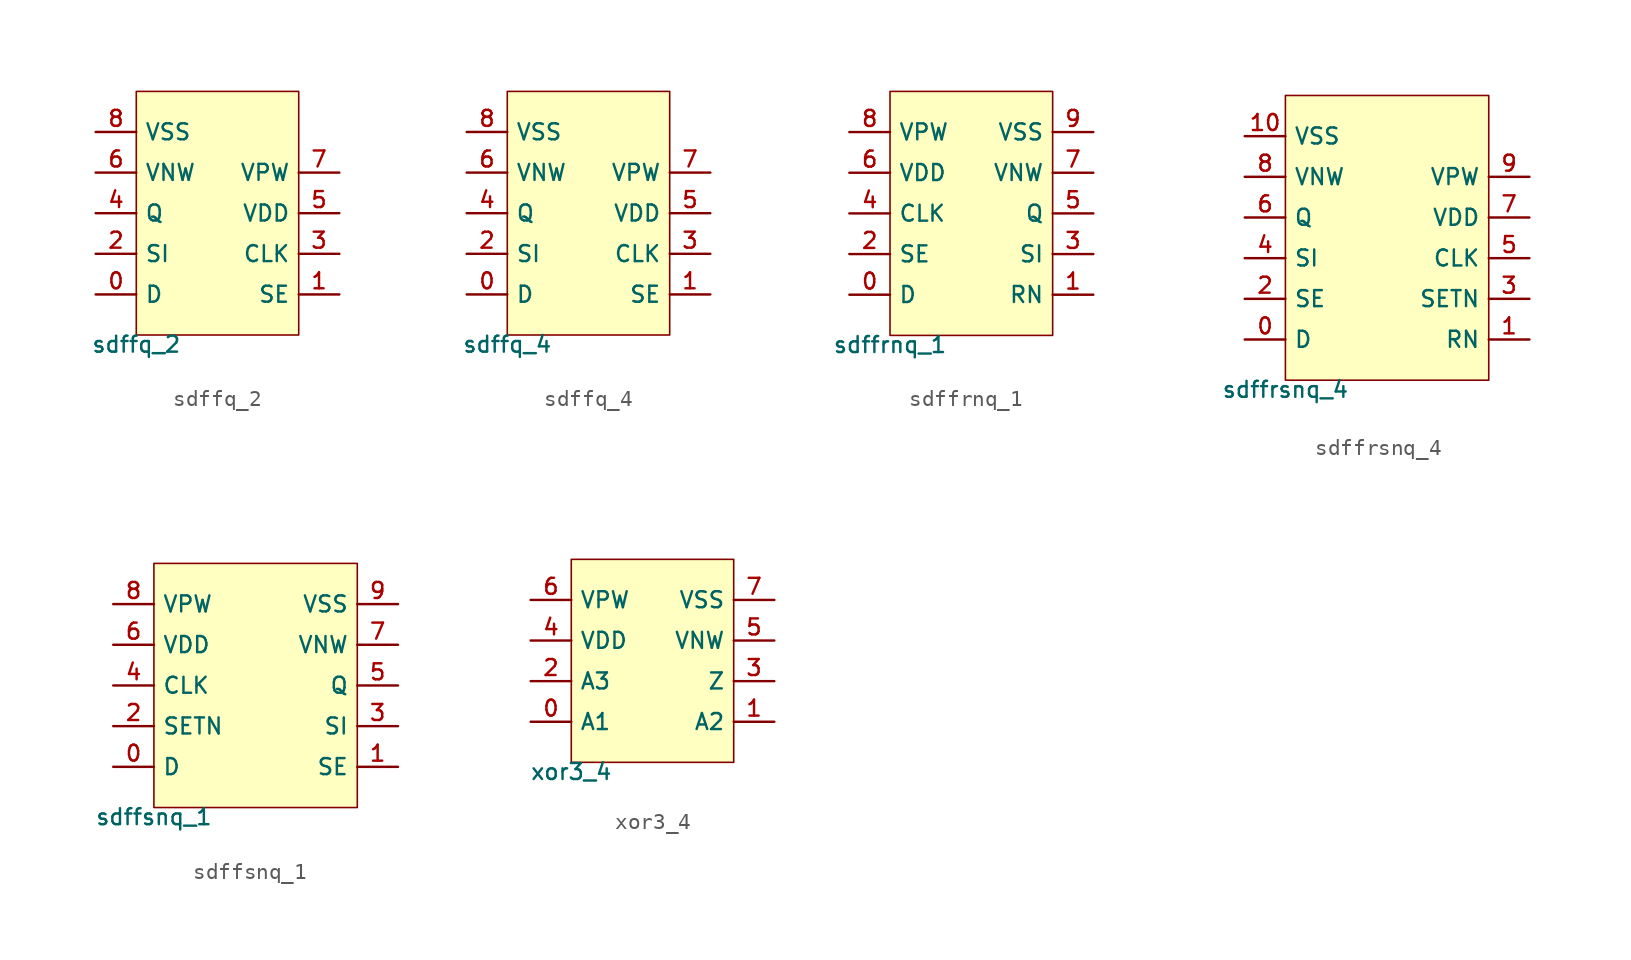
<source format=kicad_sym>
(kicad_symbol_lib
  (version 20211014)
  (generator pdk2kicad)
  (symbol "sdffq_2"
    (property "Reference" "X"
      (at 0 0 0)
      (effects (font (size 1 1)) hide))
    (property "Value" "sdffq_2"
      (at -5.08 -7.62 0)
      (effects (font (size 1 1)) (justify top)))
    (rectangle
      (start -5.08 -7.62)
      (end 5.08 7.62)
      (stroke (width 0.1) (type solid) (color 0 0 0 0))
      (fill (type background)))
    (pin bidirectional line
      (at -7.62 -5.08 0)
      (length 2.54)
      (name "D" (effects (font (size 1 1)) hide))
      (number "0" (effects (font (size 1 1)) hide)))
    (pin bidirectional line
      (at 7.62 -5.08 180)
      (length 2.54)
      (name "SE" (effects (font (size 1 1)) hide))
      (number "1" (effects (font (size 1 1)) hide)))
    (pin bidirectional line
      (at -7.62 -2.54 0)
      (length 2.54)
      (name "SI" (effects (font (size 1 1)) hide))
      (number "2" (effects (font (size 1 1)) hide)))
    (pin bidirectional line
      (at 7.62 -2.54 180)
      (length 2.54)
      (name "CLK" (effects (font (size 1 1)) hide))
      (number "3" (effects (font (size 1 1)) hide)))
    (pin bidirectional line
      (at -7.62 8.881784197001252e-16 0)
      (length 2.54)
      (name "Q" (effects (font (size 1 1)) hide))
      (number "4" (effects (font (size 1 1)) hide)))
    (pin bidirectional line
      (at 7.62 8.881784197001252e-16 180)
      (length 2.54)
      (name "VDD" (effects (font (size 1 1)) hide))
      (number "5" (effects (font (size 1 1)) hide)))
    (pin bidirectional line
      (at -7.62 2.54 0)
      (length 2.54)
      (name "VNW" (effects (font (size 1 1)) hide))
      (number "6" (effects (font (size 1 1)) hide)))
    (pin bidirectional line
      (at 7.62 2.54 180)
      (length 2.54)
      (name "VPW" (effects (font (size 1 1)) hide))
      (number "7" (effects (font (size 1 1)) hide)))
    (pin bidirectional line
      (at -7.62 5.08 0)
      (length 2.54)
      (name "VSS" (effects (font (size 1 1)) hide))
      (number "8" (effects (font (size 1 1)) hide))))
  (symbol "sdffq_4"
    (property "Reference" "X"
      (at 0 0 0)
      (effects (font (size 1 1)) hide))
    (property "Value" "sdffq_4"
      (at -5.08 -7.62 0)
      (effects (font (size 1 1)) (justify top)))
    (rectangle
      (start -5.08 -7.62)
      (end 5.08 7.62)
      (stroke (width 0.1) (type solid) (color 0 0 0 0))
      (fill (type background)))
    (pin bidirectional line
      (at -7.62 -5.08 0)
      (length 2.54)
      (name "D" (effects (font (size 1 1)) hide))
      (number "0" (effects (font (size 1 1)) hide)))
    (pin bidirectional line
      (at 7.62 -5.08 180)
      (length 2.54)
      (name "SE" (effects (font (size 1 1)) hide))
      (number "1" (effects (font (size 1 1)) hide)))
    (pin bidirectional line
      (at -7.62 -2.54 0)
      (length 2.54)
      (name "SI" (effects (font (size 1 1)) hide))
      (number "2" (effects (font (size 1 1)) hide)))
    (pin bidirectional line
      (at 7.62 -2.54 180)
      (length 2.54)
      (name "CLK" (effects (font (size 1 1)) hide))
      (number "3" (effects (font (size 1 1)) hide)))
    (pin bidirectional line
      (at -7.62 8.881784197001252e-16 0)
      (length 2.54)
      (name "Q" (effects (font (size 1 1)) hide))
      (number "4" (effects (font (size 1 1)) hide)))
    (pin bidirectional line
      (at 7.62 8.881784197001252e-16 180)
      (length 2.54)
      (name "VDD" (effects (font (size 1 1)) hide))
      (number "5" (effects (font (size 1 1)) hide)))
    (pin bidirectional line
      (at -7.62 2.54 0)
      (length 2.54)
      (name "VNW" (effects (font (size 1 1)) hide))
      (number "6" (effects (font (size 1 1)) hide)))
    (pin bidirectional line
      (at 7.62 2.54 180)
      (length 2.54)
      (name "VPW" (effects (font (size 1 1)) hide))
      (number "7" (effects (font (size 1 1)) hide)))
    (pin bidirectional line
      (at -7.62 5.08 0)
      (length 2.54)
      (name "VSS" (effects (font (size 1 1)) hide))
      (number "8" (effects (font (size 1 1)) hide))))
  (symbol "sdffrnq_1"
    (property "Reference" "X"
      (at 0 0 0)
      (effects (font (size 1 1)) hide))
    (property "Value" "sdffrnq_1"
      (at -5.08 -7.62 0)
      (effects (font (size 1 1)) (justify top)))
    (rectangle
      (start -5.08 -7.62)
      (end 5.08 7.62)
      (stroke (width 0.1) (type solid) (color 0 0 0 0))
      (fill (type background)))
    (pin bidirectional line
      (at -7.62 -5.08 0)
      (length 2.54)
      (name "D" (effects (font (size 1 1)) hide))
      (number "0" (effects (font (size 1 1)) hide)))
    (pin bidirectional line
      (at 7.62 -5.08 180)
      (length 2.54)
      (name "RN" (effects (font (size 1 1)) hide))
      (number "1" (effects (font (size 1 1)) hide)))
    (pin bidirectional line
      (at -7.62 -2.54 0)
      (length 2.54)
      (name "SE" (effects (font (size 1 1)) hide))
      (number "2" (effects (font (size 1 1)) hide)))
    (pin bidirectional line
      (at 7.62 -2.54 180)
      (length 2.54)
      (name "SI" (effects (font (size 1 1)) hide))
      (number "3" (effects (font (size 1 1)) hide)))
    (pin bidirectional line
      (at -7.62 8.881784197001252e-16 0)
      (length 2.54)
      (name "CLK" (effects (font (size 1 1)) hide))
      (number "4" (effects (font (size 1 1)) hide)))
    (pin bidirectional line
      (at 7.62 8.881784197001252e-16 180)
      (length 2.54)
      (name "Q" (effects (font (size 1 1)) hide))
      (number "5" (effects (font (size 1 1)) hide)))
    (pin bidirectional line
      (at -7.62 2.54 0)
      (length 2.54)
      (name "VDD" (effects (font (size 1 1)) hide))
      (number "6" (effects (font (size 1 1)) hide)))
    (pin bidirectional line
      (at 7.62 2.54 180)
      (length 2.54)
      (name "VNW" (effects (font (size 1 1)) hide))
      (number "7" (effects (font (size 1 1)) hide)))
    (pin bidirectional line
      (at -7.62 5.08 0)
      (length 2.54)
      (name "VPW" (effects (font (size 1 1)) hide))
      (number "8" (effects (font (size 1 1)) hide)))
    (pin bidirectional line
      (at 7.62 5.08 180)
      (length 2.54)
      (name "VSS" (effects (font (size 1 1)) hide))
      (number "9" (effects (font (size 1 1)) hide))))
  (symbol "sdffrsnq_4"
    (property "Reference" "X"
      (at 0 0 0)
      (effects (font (size 1 1)) hide))
    (property "Value" "sdffrsnq_4"
      (at -6.35 -8.89 0)
      (effects (font (size 1 1)) (justify top)))
    (rectangle
      (start -6.35 -8.89)
      (end 6.35 8.89)
      (stroke (width 0.1) (type solid) (color 0 0 0 0))
      (fill (type background)))
    (pin bidirectional line
      (at -8.89 -6.35 0)
      (length 2.54)
      (name "D" (effects (font (size 1 1)) hide))
      (number "0" (effects (font (size 1 1)) hide)))
    (pin bidirectional line
      (at 8.89 -6.35 180)
      (length 2.54)
      (name "RN" (effects (font (size 1 1)) hide))
      (number "1" (effects (font (size 1 1)) hide)))
    (pin bidirectional line
      (at -8.89 -3.81 0)
      (length 2.54)
      (name "SE" (effects (font (size 1 1)) hide))
      (number "2" (effects (font (size 1 1)) hide)))
    (pin bidirectional line
      (at 8.89 -3.81 180)
      (length 2.54)
      (name "SETN" (effects (font (size 1 1)) hide))
      (number "3" (effects (font (size 1 1)) hide)))
    (pin bidirectional line
      (at -8.89 -1.27 0)
      (length 2.54)
      (name "SI" (effects (font (size 1 1)) hide))
      (number "4" (effects (font (size 1 1)) hide)))
    (pin bidirectional line
      (at 8.89 -1.27 180)
      (length 2.54)
      (name "CLK" (effects (font (size 1 1)) hide))
      (number "5" (effects (font (size 1 1)) hide)))
    (pin bidirectional line
      (at -8.89 1.27 0)
      (length 2.54)
      (name "Q" (effects (font (size 1 1)) hide))
      (number "6" (effects (font (size 1 1)) hide)))
    (pin bidirectional line
      (at 8.89 1.27 180)
      (length 2.54)
      (name "VDD" (effects (font (size 1 1)) hide))
      (number "7" (effects (font (size 1 1)) hide)))
    (pin bidirectional line
      (at -8.89 3.81 0)
      (length 2.54)
      (name "VNW" (effects (font (size 1 1)) hide))
      (number "8" (effects (font (size 1 1)) hide)))
    (pin bidirectional line
      (at 8.89 3.81 180)
      (length 2.54)
      (name "VPW" (effects (font (size 1 1)) hide))
      (number "9" (effects (font (size 1 1)) hide)))
    (pin bidirectional line
      (at -8.89 6.35 0)
      (length 2.54)
      (name "VSS" (effects (font (size 1 1)) hide))
      (number "10" (effects (font (size 1 1)) hide))))
  (symbol "sdffsnq_1"
    (property "Reference" "X"
      (at 0 0 0)
      (effects (font (size 1 1)) hide))
    (property "Value" "sdffsnq_1"
      (at -6.35 -7.62 0)
      (effects (font (size 1 1)) (justify top)))
    (rectangle
      (start -6.35 -7.62)
      (end 6.35 7.62)
      (stroke (width 0.1) (type solid) (color 0 0 0 0))
      (fill (type background)))
    (pin bidirectional line
      (at -8.89 -5.08 0)
      (length 2.54)
      (name "D" (effects (font (size 1 1)) hide))
      (number "0" (effects (font (size 1 1)) hide)))
    (pin bidirectional line
      (at 8.89 -5.08 180)
      (length 2.54)
      (name "SE" (effects (font (size 1 1)) hide))
      (number "1" (effects (font (size 1 1)) hide)))
    (pin bidirectional line
      (at -8.89 -2.54 0)
      (length 2.54)
      (name "SETN" (effects (font (size 1 1)) hide))
      (number "2" (effects (font (size 1 1)) hide)))
    (pin bidirectional line
      (at 8.89 -2.54 180)
      (length 2.54)
      (name "SI" (effects (font (size 1 1)) hide))
      (number "3" (effects (font (size 1 1)) hide)))
    (pin bidirectional line
      (at -8.89 8.881784197001252e-16 0)
      (length 2.54)
      (name "CLK" (effects (font (size 1 1)) hide))
      (number "4" (effects (font (size 1 1)) hide)))
    (pin bidirectional line
      (at 8.89 8.881784197001252e-16 180)
      (length 2.54)
      (name "Q" (effects (font (size 1 1)) hide))
      (number "5" (effects (font (size 1 1)) hide)))
    (pin bidirectional line
      (at -8.89 2.54 0)
      (length 2.54)
      (name "VDD" (effects (font (size 1 1)) hide))
      (number "6" (effects (font (size 1 1)) hide)))
    (pin bidirectional line
      (at 8.89 2.54 180)
      (length 2.54)
      (name "VNW" (effects (font (size 1 1)) hide))
      (number "7" (effects (font (size 1 1)) hide)))
    (pin bidirectional line
      (at -8.89 5.08 0)
      (length 2.54)
      (name "VPW" (effects (font (size 1 1)) hide))
      (number "8" (effects (font (size 1 1)) hide)))
    (pin bidirectional line
      (at 8.89 5.08 180)
      (length 2.54)
      (name "VSS" (effects (font (size 1 1)) hide))
      (number "9" (effects (font (size 1 1)) hide))))
  (symbol "xor3_4"
    (property "Reference" "X"
      (at 0 0 0)
      (effects (font (size 1 1)) hide))
    (property "Value" "xor3_4"
      (at -5.08 -6.35 0)
      (effects (font (size 1 1)) (justify top)))
    (rectangle
      (start -5.08 -6.35)
      (end 5.08 6.35)
      (stroke (width 0.1) (type solid) (color 0 0 0 0))
      (fill (type background)))
    (pin bidirectional line
      (at -7.62 -3.81 0)
      (length 2.54)
      (name "A1" (effects (font (size 1 1)) hide))
      (number "0" (effects (font (size 1 1)) hide)))
    (pin bidirectional line
      (at 7.62 -3.81 180)
      (length 2.54)
      (name "A2" (effects (font (size 1 1)) hide))
      (number "1" (effects (font (size 1 1)) hide)))
    (pin bidirectional line
      (at -7.62 -1.27 0)
      (length 2.54)
      (name "A3" (effects (font (size 1 1)) hide))
      (number "2" (effects (font (size 1 1)) hide)))
    (pin bidirectional line
      (at 7.62 -1.27 180)
      (length 2.54)
      (name "Z" (effects (font (size 1 1)) hide))
      (number "3" (effects (font (size 1 1)) hide)))
    (pin bidirectional line
      (at -7.62 1.27 0)
      (length 2.54)
      (name "VDD" (effects (font (size 1 1)) hide))
      (number "4" (effects (font (size 1 1)) hide)))
    (pin bidirectional line
      (at 7.62 1.27 180)
      (length 2.54)
      (name "VNW" (effects (font (size 1 1)) hide))
      (number "5" (effects (font (size 1 1)) hide)))
    (pin bidirectional line
      (at -7.62 3.81 0)
      (length 2.54)
      (name "VPW" (effects (font (size 1 1)) hide))
      (number "6" (effects (font (size 1 1)) hide)))
    (pin bidirectional line
      (at 7.62 3.81 180)
      (length 2.54)
      (name "VSS" (effects (font (size 1 1)) hide))
      (number "7" (effects (font (size 1 1)) hide)))))
</source>
